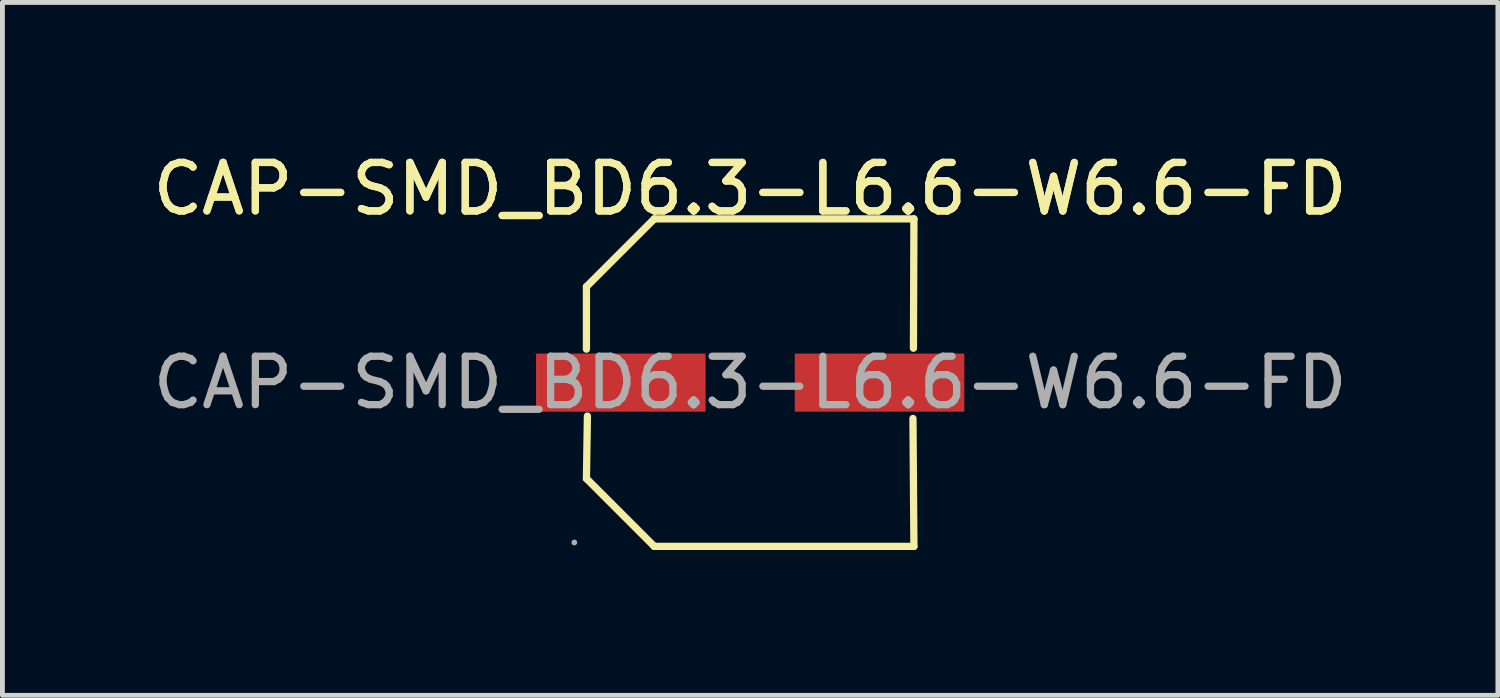
<source format=kicad_pcb>
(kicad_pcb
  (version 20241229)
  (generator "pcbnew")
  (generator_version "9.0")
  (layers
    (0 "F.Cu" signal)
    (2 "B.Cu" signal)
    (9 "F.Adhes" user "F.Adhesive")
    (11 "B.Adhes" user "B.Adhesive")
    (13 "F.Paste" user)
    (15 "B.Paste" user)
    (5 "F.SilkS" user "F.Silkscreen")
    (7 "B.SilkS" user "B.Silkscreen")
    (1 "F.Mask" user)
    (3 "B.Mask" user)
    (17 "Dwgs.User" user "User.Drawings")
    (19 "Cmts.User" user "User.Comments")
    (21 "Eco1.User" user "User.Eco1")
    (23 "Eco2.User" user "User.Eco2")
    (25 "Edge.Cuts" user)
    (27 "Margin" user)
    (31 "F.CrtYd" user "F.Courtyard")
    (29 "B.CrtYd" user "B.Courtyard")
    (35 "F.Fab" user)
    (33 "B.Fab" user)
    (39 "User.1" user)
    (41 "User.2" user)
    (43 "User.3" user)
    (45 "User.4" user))
  (footprint "CAP-SMD_BD6.3-L6.6-W6.6-FD"
    (layer "F.Cu")
    (at 12.435 4.848)
    (property "Reference" "CAP-SMD_BD6.3-L6.6-W6.6-FD" (at 0 -4 0) (layer "F.SilkS") (effects (font (size 1 1) (thickness 0.15))))
    (attr smd)
    (fp_line (start -3.38 -1.98) (end -3.38 -0.69) (stroke (width 0.15) (type solid)) (layer "F.SilkS"))
    (fp_line (start -3.38 1.98) (end -3.36 0.69) (stroke (width 0.15) (type solid)) (layer "F.SilkS"))
    (fp_line (start -1.98 -3.38) (end -3.38 -1.98) (stroke (width 0.15) (type solid)) (layer "F.SilkS"))
    (fp_line (start -1.98 3.38) (end -3.38 1.98) (stroke (width 0.15) (type solid)) (layer "F.SilkS"))
    (fp_line (start 3.36 0.74) (end 3.38 3.38) (stroke (width 0.15) (type solid)) (layer "F.SilkS"))
    (fp_line (start 3.37 -0.71) (end 3.38 -3.38) (stroke (width 0.15) (type solid)) (layer "F.SilkS"))
    (fp_line (start 3.38 -3.38) (end -1.98 -3.38) (stroke (width 0.15) (type solid)) (layer "F.SilkS"))
    (fp_line (start 3.38 3.38) (end -1.98 3.38) (stroke (width 0.15) (type solid)) (layer "F.SilkS"))
    (fp_circle (center -3.63 3.3) (end -3.6 3.3) (stroke (width 0.06) (type solid)) (fill no) (layer "F.Fab"))
    (fp_text user "${REFERENCE}" (at 0 -4 0) (layer "F.SilkS") (effects (font (size 1 1) (thickness 0.15))))
    (fp_text user "${REFERENCE}" (at 0 0 0) (layer "F.Fab") (effects (font (size 1 1) (thickness 0.15))))
    (pad "1" smd rect (at -2.67 0) (size 3.5 1.2) (layers "F.Cu" "F.Mask" "F.Paste"))
    (pad "2" smd rect (at 2.67 0) (size 3.5 1.2) (layers "F.Cu" "F.Mask" "F.Paste")))
  (gr_rect
    (start -3 -3)
    (end 27.869 11.303)
    (stroke (width 0.1) (type default))
    (fill no)
    (layer "Edge.Cuts")))
</source>
